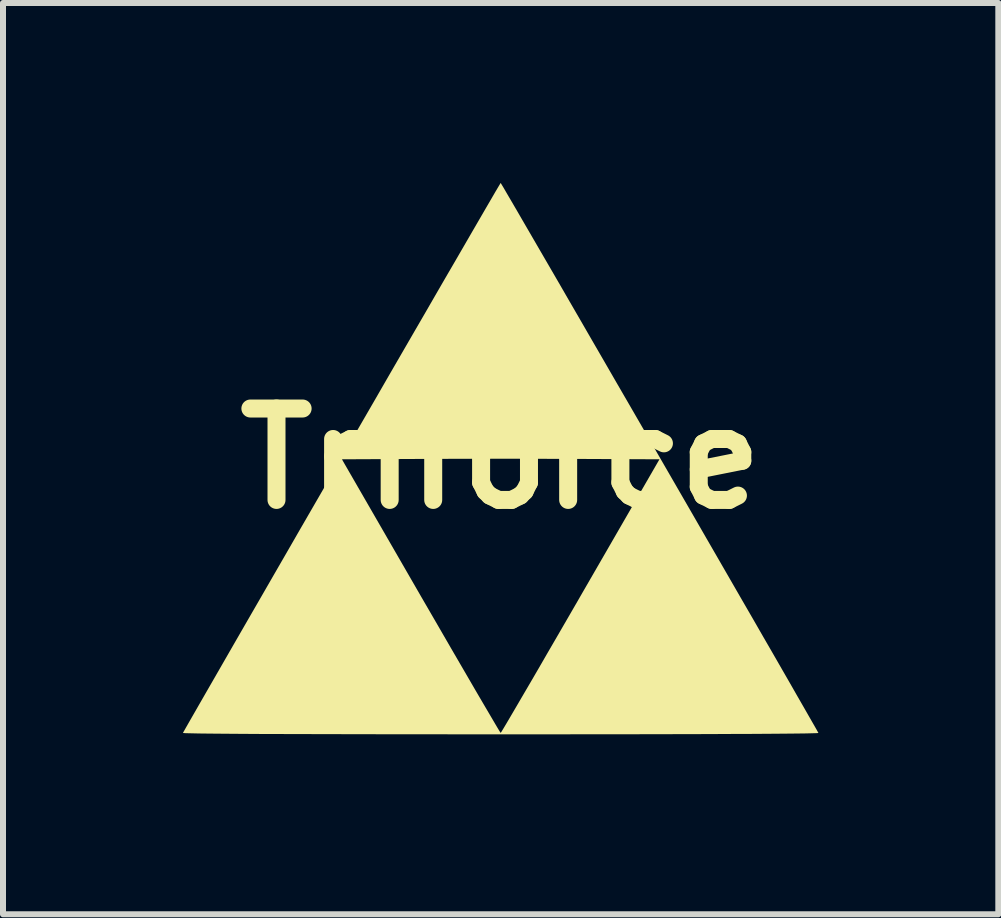
<source format=kicad_pcb>
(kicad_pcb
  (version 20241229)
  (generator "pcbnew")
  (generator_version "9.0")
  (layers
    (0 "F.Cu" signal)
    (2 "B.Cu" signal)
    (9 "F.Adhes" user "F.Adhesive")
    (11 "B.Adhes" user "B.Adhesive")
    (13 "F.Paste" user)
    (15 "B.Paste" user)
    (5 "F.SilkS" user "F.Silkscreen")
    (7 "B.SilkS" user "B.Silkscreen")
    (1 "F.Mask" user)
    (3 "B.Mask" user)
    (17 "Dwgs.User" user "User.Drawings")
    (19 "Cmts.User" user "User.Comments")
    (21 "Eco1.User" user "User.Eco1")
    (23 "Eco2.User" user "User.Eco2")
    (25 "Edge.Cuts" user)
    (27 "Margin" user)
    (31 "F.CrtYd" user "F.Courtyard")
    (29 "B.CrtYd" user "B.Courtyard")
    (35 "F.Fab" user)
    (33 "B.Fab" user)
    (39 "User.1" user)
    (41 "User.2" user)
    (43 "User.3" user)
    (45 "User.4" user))
  (footprint "Triforce"
    (layer "F.Cu")
    (at 5.297 4.595)
    (property "Reference" "Triforce" (at 0 0 0) (layer "F.SilkS") (effects (font (size 1.524 1.524) (thickness 0.3))))
    (attr board_only exclude_from_pos_files exclude_from_bom)
    (fp_poly (pts (xy 0.012 -4.575) (xy 0.047 -4.517) (xy 0.102 -4.422) (xy 0.177 -4.294) (xy 0.271 -4.133) (xy 0.381 -3.943) (xy 0.507 -3.726) (xy 0.648 -3.483) (xy 0.802 -3.218) (xy 0.968 -2.932) (xy 1.144 -2.627) (xy 1.33 -2.306) (xy 1.524 -1.97) (xy 1.725 -1.623) (xy 1.931 -1.266) (xy 2.142 -0.902) (xy 2.356 -0.532) (xy 2.571 -0.159) (xy 2.787 0.215) (xy 3.002 0.587) (xy 3.215 0.956) (xy 3.424 1.319) (xy 3.629 1.674) (xy 3.828 2.019) (xy 4.02 2.352) (xy 4.204 2.67) (xy 4.377 2.971) (xy 4.54 3.253) (xy 4.69 3.514) (xy 4.827 3.752) (xy 4.948 3.964) (xy 5.054 4.148) (xy 5.142 4.302) (xy 5.212 4.424) (xy 5.262 4.511) (xy 5.29 4.562) (xy 5.297 4.574) (xy 5.274 4.577) (xy 5.205 4.579) (xy 5.091 4.582) (xy 4.93 4.584) (xy 4.725 4.586) (xy 4.475 4.588) (xy 4.182 4.59) (xy 3.845 4.591) (xy 3.464 4.593) (xy 3.041 4.594) (xy 2.577 4.595) (xy 2.07 4.596) (xy 1.522 4.596) (xy 0.934 4.597) (xy 0.306 4.597) (xy 0 4.597) (xy -0.65 4.597) (xy -1.259 4.596) (xy -1.827 4.596) (xy -2.354 4.595) (xy -2.84 4.594) (xy -3.282 4.593) (xy -3.683 4.592) (xy -4.04 4.591) (xy -4.353 4.589) (xy -4.622 4.587) (xy -4.847 4.585) (xy -5.027 4.583) (xy -5.162 4.58) (xy -5.25 4.578) (xy -5.293 4.575) (xy -5.297 4.574) (xy -5.284 4.55) (xy -5.249 4.488) (xy -5.193 4.39) (xy -5.118 4.259) (xy -5.024 4.095) (xy -4.913 3.902) (xy -4.787 3.683) (xy -4.646 3.438) (xy -4.492 3.17) (xy -4.326 2.882) (xy -4.149 2.575) (xy -3.963 2.253) (xy -3.769 1.916) (xy -3.568 1.568) (xy -3.362 1.21) (xy -3.151 0.845) (xy -2.937 0.475) (xy -2.722 0.102) (xy -2.67 0.012) (xy -2.647 0.012) (xy -1.331 2.293) (xy -1.157 2.593) (xy -0.989 2.883) (xy -0.83 3.158) (xy -0.68 3.416) (xy -0.541 3.655) (xy -0.415 3.872) (xy -0.302 4.065) (xy -0.205 4.23) (xy -0.125 4.366) (xy -0.064 4.47) (xy -0.022 4.54) (xy -0.002 4.571) (xy -0.000173 4.573) (xy 0.013 4.554) (xy 0.048 4.496) (xy 0.104 4.402) (xy 0.178 4.276) (xy 0.27 4.119) (xy 0.378 3.934) (xy 0.501 3.724) (xy 0.636 3.492) (xy 0.782 3.239) (xy 0.939 2.969) (xy 1.104 2.684) (xy 1.276 2.387) (xy 1.33 2.293) (xy 2.647 0.012) (xy 1.324 0.006) (xy 1.019 0.005) (xy 0.679 0.004) (xy 0.316 0.003) (xy -0.056 0.003) (xy -0.427 0.003) (xy -0.784 0.004) (xy -1.115 0.005) (xy -1.324 0.006) (xy -2.647 0.012) (xy -2.67 0.012) (xy -2.506 -0.272) (xy -2.291 -0.644) (xy -2.078 -1.012) (xy -1.869 -1.375) (xy -1.664 -1.729) (xy -1.465 -2.073) (xy -1.273 -2.404) (xy -1.09 -2.721) (xy -0.917 -3.02) (xy -0.754 -3.3) (xy -0.604 -3.559) (xy -0.468 -3.794) (xy -0.346 -4.004) (xy -0.241 -4.185) (xy -0.153 -4.336) (xy -0.084 -4.455) (xy -0.034 -4.539) (xy -0.006 -4.586) (xy 0 -4.595)) (stroke (width 0) (type solid)) (fill yes) (layer "F.SilkS")))
  (gr_rect
    (start -3 -3)
    (end 13.593 12.192)
    (stroke (width 0.1) (type default))
    (fill no)
    (layer "Edge.Cuts")))
</source>
